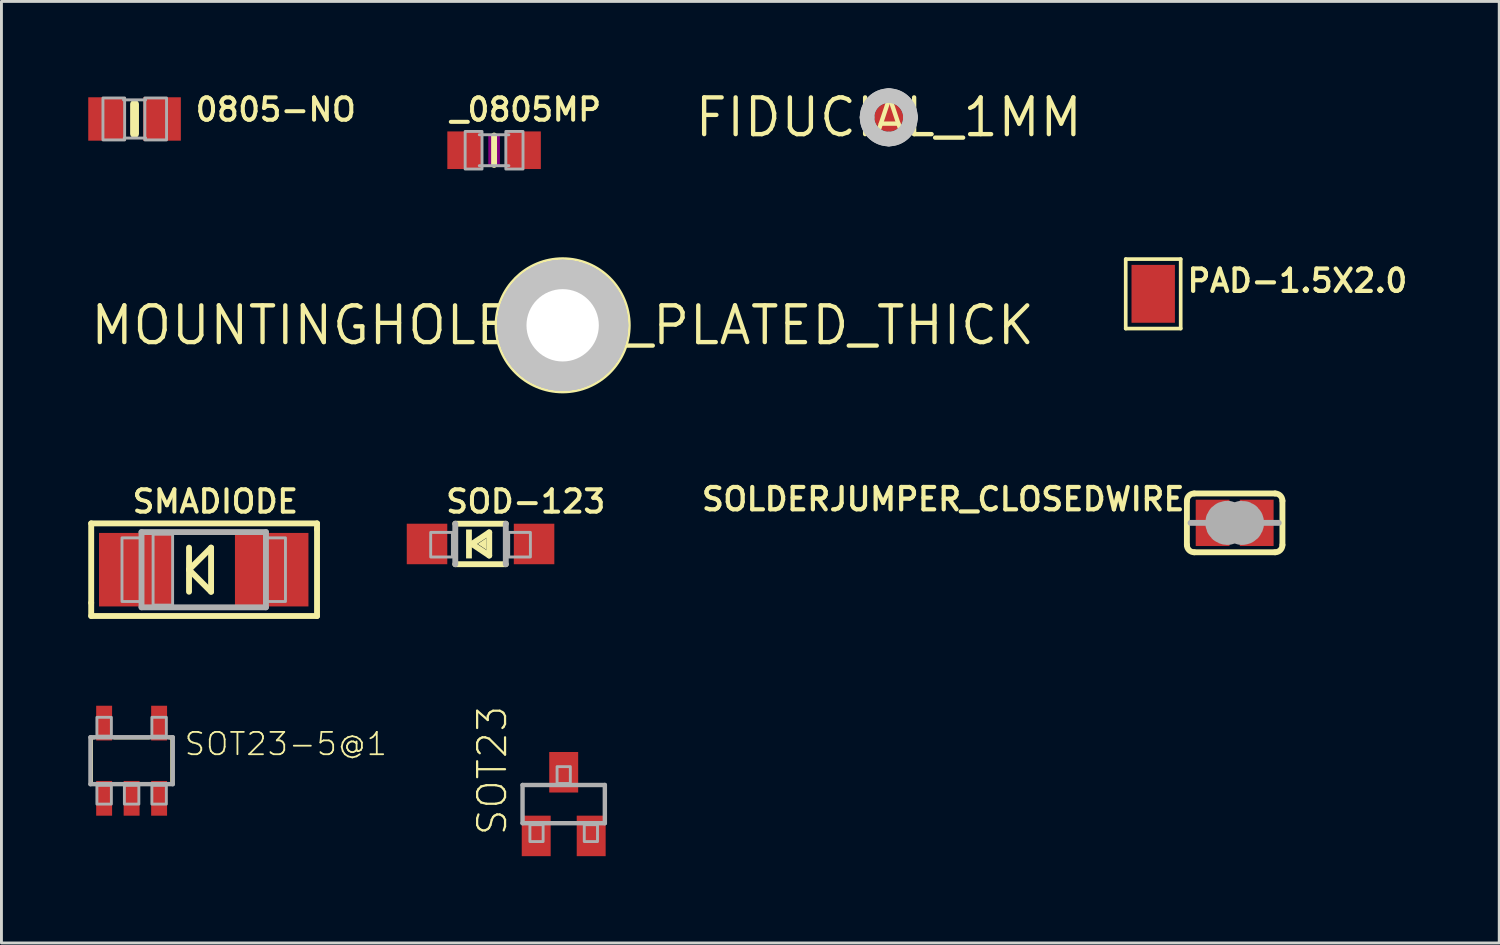
<source format=kicad_pcb>
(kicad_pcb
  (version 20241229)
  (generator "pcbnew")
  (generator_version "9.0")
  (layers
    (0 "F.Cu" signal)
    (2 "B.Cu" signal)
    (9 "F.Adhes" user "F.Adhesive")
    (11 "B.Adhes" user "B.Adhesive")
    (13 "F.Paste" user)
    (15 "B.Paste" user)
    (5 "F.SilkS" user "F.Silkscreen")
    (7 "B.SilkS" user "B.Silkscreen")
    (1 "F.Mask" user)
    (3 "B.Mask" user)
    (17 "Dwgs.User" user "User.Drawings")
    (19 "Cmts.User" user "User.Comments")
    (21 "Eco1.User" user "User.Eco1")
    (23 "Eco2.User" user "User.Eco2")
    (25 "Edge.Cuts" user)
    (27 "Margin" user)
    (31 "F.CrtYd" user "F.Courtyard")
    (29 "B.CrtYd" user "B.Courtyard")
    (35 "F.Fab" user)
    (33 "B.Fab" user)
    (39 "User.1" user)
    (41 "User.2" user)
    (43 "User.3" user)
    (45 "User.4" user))
  (footprint "FIDUCIAL_1MM"
    (layer "F.Cu")
    (at 27.666 1.006)
    (property "Reference" "FIDUCIAL_1MM" (at 0 0 0) (layer "F.SilkS") (effects (font (size 1.27 1.27) (thickness 0.15))))
    (attr through_hole)
    (fp_arc (start -0.75 0) (mid -0.53033 -0.53033) (end 0 -0.75) (stroke (width 0.5) (type solid)) (layer "F.Mask"))
    (fp_arc (start 0 -0.75) (mid 0.53033 -0.53033) (end 0.75 0) (stroke (width 0.5) (type solid)) (layer "F.Mask"))
    (fp_arc (start 0 0.75) (mid -0.53033 0.53033) (end -0.75 0) (stroke (width 0.5) (type solid)) (layer "F.Mask"))
    (fp_arc (start 0.75 0) (mid 0.53033 0.53033) (end 0 0.75) (stroke (width 0.5) (type solid)) (layer "F.Mask"))
    (fp_arc (start -0.75 0) (mid -0.53033 -0.53033) (end 0 -0.75) (stroke (width 0.5) (type solid)) (layer "Dwgs.User"))
    (fp_arc (start -0.75 0) (mid -0.53033 -0.53033) (end 0 -0.75) (stroke (width 0.5) (type solid)) (layer "Dwgs.User"))
    (fp_arc (start 0 -0.75) (mid 0.53033 -0.53033) (end 0.75 0) (stroke (width 0.5) (type solid)) (layer "Dwgs.User"))
    (fp_arc (start 0 -0.75) (mid 0.53033 -0.53033) (end 0.75 0) (stroke (width 0.5) (type solid)) (layer "Dwgs.User"))
    (fp_arc (start 0 0.75) (mid -0.53033 0.53033) (end -0.75 0) (stroke (width 0.5) (type solid)) (layer "Dwgs.User"))
    (fp_arc (start 0 0.75) (mid -0.53033 0.53033) (end -0.75 0) (stroke (width 0.5) (type solid)) (layer "Dwgs.User"))
    (fp_arc (start 0.75 0) (mid 0.53033 0.53033) (end 0 0.75) (stroke (width 0.5) (type solid)) (layer "Dwgs.User"))
    (fp_arc (start 0.75 0) (mid 0.53033 0.53033) (end 0 0.75) (stroke (width 0.5) (type solid)) (layer "Dwgs.User"))
    (pad "1" smd roundrect (at 0 0) (size 1 1) (layers "F.Cu" "F.Mask") (roundrect_rratio 0.5)))
  (footprint "0805-NO"
    (layer "F.Cu")
    (at 1.6 1.062)
    (property "Reference" "0805-NO" (at 2.032 0.127 180) (layer "F.SilkS") (effects (font (size 0.772 0.772) (thickness 0.139)) (justify left bottom)))
    (attr through_hole)
    (fp_line (start 0 -0.508) (end 0 0.508) (stroke (width 0.305) (type solid)) (layer "F.SilkS"))
    (fp_line (start -0.381 -0.66) (end 0.381 -0.66) (stroke (width 0.102) (type solid)) (layer "F.Fab"))
    (fp_line (start -0.356 0.66) (end 0.381 0.66) (stroke (width 0.102) (type solid)) (layer "F.Fab"))
    (fp_poly (pts (xy -1.092 0.724) (xy -0.342 0.724) (xy -0.342 -0.726) (xy -1.092 -0.726)) (stroke (width 0.1) (type solid)) (fill no) (layer "F.Fab"))
    (fp_poly (pts (xy 0.356 0.724) (xy 1.106 0.724) (xy 1.106 -0.726) (xy 0.356 -0.726)) (stroke (width 0.1) (type solid)) (fill no) (layer "F.Fab"))
    (pad "1" smd rect (at -0.95 0) (size 1.3 1.5) (layers "F.Cu" "F.Mask" "F.Paste"))
    (pad "2" smd rect (at 0.95 0) (size 1.3 1.5) (layers "F.Cu" "F.Mask" "F.Paste")))
  (footprint "_0805MP"
    (layer "F.Cu")
    (at 14.026 2.142)
    (property "Reference" "_0805MP" (at -1.587 -0.953 0) (layer "F.SilkS") (effects (font (size 0.772 0.772) (thickness 0.139)) (justify left bottom)))
    (attr through_hole)
    (fp_line (start 0 -0.508) (end 0 0.508) (stroke (width 0.203) (type solid)) (layer "F.SilkS"))
    (fp_poly (pts (xy -0.2 0.5) (xy 0.2 0.5) (xy 0.2 -0.5) (xy -0.2 -0.5)) (stroke (width 0) (type solid)) (fill yes) (layer "F.Adhes"))
    (fp_line (start -0.51 -0.535) (end 0.51 -0.535) (stroke (width 0.102) (type solid)) (layer "F.Fab"))
    (fp_line (start -0.51 0.535) (end 0.51 0.535) (stroke (width 0.102) (type solid)) (layer "F.Fab"))
    (fp_poly (pts (xy -1 0.65) (xy -0.417 0.65) (xy -0.417 -0.65) (xy -1 -0.65)) (stroke (width 0.1) (type solid)) (fill no) (layer "F.Fab"))
    (fp_poly (pts (xy 0.406 0.65) (xy 1 0.65) (xy 1 -0.65) (xy 0.406 -0.65)) (stroke (width 0.1) (type solid)) (fill no) (layer "F.Fab"))
    (pad "1" smd rect (at -1.016 0) (size 1.2 1.3) (layers "F.Cu" "F.Mask" "F.Paste"))
    (pad "2" smd rect (at 1.016 0) (size 1.2 1.3) (layers "F.Cu" "F.Mask" "F.Paste")))
  (footprint "SOT23-5@1"
    (layer "F.Cu")
    (at 1.499 23.241)
    (property "Reference" "SOT23-5@1" (at 1.778 -0.127 180) (layer "F.SilkS") (effects (font (size 0.772 0.772) (thickness 0.062)) (justify left bottom)))
    (attr through_hole)
    (fp_line (start -1.4 -0.8) (end -1.4 0.8) (stroke (width 0.127) (type solid)) (layer "F.SilkS"))
    (fp_line (start -1.4 0.8) (end -1.3 0.8) (stroke (width 0.127) (type solid)) (layer "F.SilkS"))
    (fp_line (start -1.3 -0.8) (end -1.4 -0.8) (stroke (width 0.127) (type solid)) (layer "F.SilkS"))
    (fp_line (start -0.6 -0.8) (end 0.6 -0.8) (stroke (width 0.127) (type solid)) (layer "F.SilkS"))
    (fp_line (start -0.6 0.8) (end -0.4 0.8) (stroke (width 0.127) (type solid)) (layer "F.SilkS"))
    (fp_line (start 0.4 0.8) (end 0.6 0.8) (stroke (width 0.127) (type solid)) (layer "F.SilkS"))
    (fp_line (start 1.3 -0.8) (end 1.4 -0.8) (stroke (width 0.127) (type solid)) (layer "F.SilkS"))
    (fp_line (start 1.4 -0.8) (end 1.4 0.8) (stroke (width 0.127) (type solid)) (layer "F.SilkS"))
    (fp_line (start 1.4 0.8) (end 1.3 0.8) (stroke (width 0.127) (type solid)) (layer "F.SilkS"))
    (fp_line (start -1.422 -0.81) (end 1.422 -0.81) (stroke (width 0.152) (type solid)) (layer "F.Fab"))
    (fp_line (start -1.422 0.81) (end -1.422 -0.81) (stroke (width 0.152) (type solid)) (layer "F.Fab"))
    (fp_line (start 1.422 -0.81) (end 1.422 0.81) (stroke (width 0.152) (type solid)) (layer "F.Fab"))
    (fp_line (start 1.422 0.81) (end -1.422 0.81) (stroke (width 0.152) (type solid)) (layer "F.Fab"))
    (fp_poly (pts (xy -1.2 -0.85) (xy -0.7 -0.85) (xy -0.7 -1.5) (xy -1.2 -1.5)) (stroke (width 0.1) (type solid)) (fill no) (layer "F.Fab"))
    (fp_poly (pts (xy -1.2 1.5) (xy -0.7 1.5) (xy -0.7 0.85) (xy -1.2 0.85)) (stroke (width 0.1) (type solid)) (fill no) (layer "F.Fab"))
    (fp_poly (pts (xy -0.25 1.5) (xy 0.25 1.5) (xy 0.25 0.85) (xy -0.25 0.85)) (stroke (width 0.1) (type solid)) (fill no) (layer "F.Fab"))
    (fp_poly (pts (xy 0.7 -0.85) (xy 1.2 -0.85) (xy 1.2 -1.5) (xy 0.7 -1.5)) (stroke (width 0.1) (type solid)) (fill no) (layer "F.Fab"))
    (fp_poly (pts (xy 0.7 1.5) (xy 1.2 1.5) (xy 1.2 0.85) (xy 0.7 0.85)) (stroke (width 0.1) (type solid)) (fill no) (layer "F.Fab"))
    (pad "1" smd rect (at -0.95 1.3) (size 0.55 1.2) (layers "F.Cu" "F.Mask" "F.Paste"))
    (pad "2" smd rect (at 0 1.3) (size 0.55 1.2) (layers "F.Cu" "F.Mask" "F.Paste"))
    (pad "3" smd rect (at 0.95 1.3) (size 0.55 1.2) (layers "F.Cu" "F.Mask" "F.Paste"))
    (pad "4" smd rect (at 0.95 -1.3) (size 0.55 1.2) (layers "F.Cu" "F.Mask" "F.Paste"))
    (pad "5" smd rect (at -0.95 -1.3) (size 0.55 1.2) (layers "F.Cu" "F.Mask" "F.Paste")))
  (footprint "SOD-123"
    (layer "F.Cu")
    (at 13.558 15.75)
    (property "Reference" "SOD-123" (at -1.27 -1.016 0) (layer "F.SilkS") (effects (font (size 0.772 0.772) (thickness 0.139)) (justify left bottom)))
    (attr through_hole)
    (fp_line (start -0.873 -0.7) (end 0.873 -0.7) (stroke (width 0.203) (type solid)) (layer "F.SilkS"))
    (fp_line (start -0.3 0) (end 0.3 -0.4) (stroke (width 0.203) (type solid)) (layer "F.SilkS"))
    (fp_line (start 0.3 -0.4) (end 0.3 0.4) (stroke (width 0.203) (type solid)) (layer "F.SilkS"))
    (fp_line (start 0.3 0.4) (end -0.3 0) (stroke (width 0.203) (type solid)) (layer "F.SilkS"))
    (fp_line (start 0.873 0.7) (end -0.873 0.7) (stroke (width 0.203) (type solid)) (layer "F.SilkS"))
    (fp_poly (pts (xy -0.1 0) (xy 0.2 -0.2) (xy 0.2 0.2)) (stroke (width 0) (type solid)) (fill yes) (layer "F.SilkS"))
    (fp_poly (pts (xy -0.5 0.5) (xy -0.3 0.5) (xy -0.3 -0.5) (xy -0.5 -0.5)) (stroke (width 0) (type solid)) (fill yes) (layer "F.SilkS"))
    (fp_line (start -0.873 0.7) (end -0.873 -0.7) (stroke (width 0.203) (type solid)) (layer "F.Fab"))
    (fp_line (start 0.873 -0.7) (end 0.873 0.7) (stroke (width 0.203) (type solid)) (layer "F.Fab"))
    (fp_poly (pts (xy -1.723 0.45) (xy -0.973 0.45) (xy -0.973 -0.4) (xy -1.723 -0.4)) (stroke (width 0.1) (type solid)) (fill no) (layer "F.Fab"))
    (fp_poly (pts (xy 0.973 0.45) (xy 1.723 0.45) (xy 1.723 -0.4) (xy 0.973 -0.4)) (stroke (width 0.1) (type solid)) (fill no) (layer "F.Fab"))
    (pad "A" smd rect (at 1.85 0 90) (size 1.4 1.4) (layers "F.Cu" "F.Mask" "F.Paste"))
    (pad "C" smd rect (at -1.85 0 90) (size 1.4 1.4) (layers "F.Cu" "F.Mask" "F.Paste")))
  (footprint "SMADIODE"
    (layer "F.Cu")
    (at 3.991 16.639)
    (property "Reference" "SMADIODE" (at -2.54 -1.905 0) (layer "F.SilkS") (effects (font (size 0.772 0.772) (thickness 0.139)) (justify left bottom)))
    (attr through_hole)
    (fp_line (start -3.889 -1.6) (end 3.916 -1.6) (stroke (width 0.203) (type solid)) (layer "F.SilkS"))
    (fp_line (start -3.889 1.146) (end -3.889 -1.6) (stroke (width 0.203) (type solid)) (layer "F.SilkS"))
    (fp_line (start -3.889 1.6) (end -3.889 1.146) (stroke (width 0.203) (type solid)) (layer "F.SilkS"))
    (fp_line (start -0.508 -0.762) (end -0.508 0) (stroke (width 0.203) (type solid)) (layer "F.SilkS"))
    (fp_line (start -0.508 0) (end -0.508 0.762) (stroke (width 0.203) (type solid)) (layer "F.SilkS"))
    (fp_line (start -0.508 0) (end 0.254 -0.762) (stroke (width 0.203) (type solid)) (layer "F.SilkS"))
    (fp_line (start 0.254 -0.762) (end 0.254 0.762) (stroke (width 0.203) (type solid)) (layer "F.SilkS"))
    (fp_line (start 0.254 0.762) (end -0.508 0) (stroke (width 0.203) (type solid)) (layer "F.SilkS"))
    (fp_line (start 3.916 -1.6) (end 3.916 -1.394) (stroke (width 0.203) (type solid)) (layer "F.SilkS"))
    (fp_line (start 3.916 -1.394) (end 3.916 1.6) (stroke (width 0.203) (type solid)) (layer "F.SilkS"))
    (fp_line (start 3.916 1.6) (end -3.889 1.6) (stroke (width 0.203) (type solid)) (layer "F.SilkS"))
    (fp_line (start -2.15 -1.3) (end 2.15 -1.3) (stroke (width 0.203) (type solid)) (layer "F.Fab"))
    (fp_line (start -2.15 1.3) (end -2.15 -1.3) (stroke (width 0.203) (type solid)) (layer "F.Fab"))
    (fp_line (start 2.15 -1.3) (end 2.15 1.3) (stroke (width 0.203) (type solid)) (layer "F.Fab"))
    (fp_line (start 2.15 1.3) (end -2.15 1.3) (stroke (width 0.203) (type solid)) (layer "F.Fab"))
    (fp_poly (pts (xy -2.825 1.1) (xy -2.175 1.1) (xy -2.175 -1.1) (xy -2.825 -1.1)) (stroke (width 0.1) (type solid)) (fill no) (layer "F.Fab"))
    (fp_poly (pts (xy -1.75 1.225) (xy -1.075 1.225) (xy -1.075 -1.225) (xy -1.75 -1.225)) (stroke (width 0.1) (type solid)) (fill no) (layer "F.Fab"))
    (fp_poly (pts (xy 2.825 -1.1) (xy 2.175 -1.1) (xy 2.175 1.1) (xy 2.825 1.1)) (stroke (width 0.1) (type solid)) (fill no) (layer "F.Fab"))
    (pad "A" smd rect (at 2.349 0 180) (size 2.54 2.54) (layers "F.Cu" "F.Mask" "F.Paste"))
    (pad "C" smd rect (at -2.349 0) (size 2.54 2.54) (layers "F.Cu" "F.Mask" "F.Paste")))
  (footprint "SOLDERJUMPER_CLOSEDWIRE"
    (layer "F.Cu")
    (at 39.621 15.021)
    (property "Reference" "SOLDERJUMPER_CLOSEDWIRE" (at -1.651 -1.27 0) (layer "F.SilkS") (effects (font (size 0.772 0.772) (thickness 0.146)) (justify right top)))
    (attr through_hole)
    (fp_poly (pts (xy 0.381 0.127) (xy -0.381 0.127) (xy -0.381 -0.127) (xy 0.381 -0.127)) (stroke (width 0.1) (type solid)) (fill yes) (layer "F.Cu"))
    (fp_poly (pts (xy -1.27 -0.762) (xy 1.27 -0.762) (xy 1.27 0.762) (xy -1.27 0.762)) (stroke (width 0) (type solid)) (fill yes) (layer "F.Mask"))
    (fp_line (start -1.651 0.762) (end -1.651 -0.762) (stroke (width 0.203) (type solid)) (layer "F.SilkS"))
    (fp_line (start -1.397 -1.016) (end 1.397 -1.016) (stroke (width 0.203) (type solid)) (layer "F.SilkS"))
    (fp_line (start 1.397 1.016) (end -1.397 1.016) (stroke (width 0.203) (type solid)) (layer "F.SilkS"))
    (fp_line (start 1.651 0.762) (end 1.651 -0.762) (stroke (width 0.203) (type solid)) (layer "F.SilkS"))
    (fp_arc (start -1.651 -0.762) (mid -1.576605 -0.941605) (end -1.397 -1.016) (stroke (width 0.2032) (type solid)) (layer "F.SilkS"))
    (fp_arc (start -1.397 1.016) (mid -1.576605 0.941605) (end -1.651 0.762) (stroke (width 0.2032) (type solid)) (layer "F.SilkS"))
    (fp_arc (start 1.397 -1.016) (mid 1.576605 -0.941605) (end 1.651 -0.762) (stroke (width 0.2032) (type solid)) (layer "F.SilkS"))
    (fp_arc (start 1.651 0.762) (mid 1.576605 0.941605) (end 1.397 1.016) (stroke (width 0.2032) (type solid)) (layer "F.SilkS"))
    (fp_line (start -1.016 0) (end -1.524 0) (stroke (width 0.203) (type solid)) (layer "F.Fab"))
    (fp_line (start 1.016 0) (end 1.524 0) (stroke (width 0.203) (type solid)) (layer "F.Fab"))
    (fp_arc (start -0.254 0.127) (mid -0.381 0) (end -0.254 -0.127) (stroke (width 1.27) (type solid)) (layer "F.Fab"))
    (fp_arc (start 0.254 -0.127) (mid 0.381 0) (end 0.254 0.127) (stroke (width 1.27) (type solid)) (layer "F.Fab"))
    (pad "1" smd rect (at -0.762 0) (size 1.168 1.6) (layers "F.Cu" "F.Mask"))
    (pad "2" smd rect (at 0.762 0) (size 1.168 1.6) (layers "F.Cu" "F.Mask")))
  (footprint "PAD-1.5X2.0"
    (layer "F.Cu")
    (at 36.806 7.105)
    (property "Reference" "PAD-1.5X2.0" (at 1.1 0 0) (layer "F.SilkS") (effects (font (size 0.772 0.772) (thickness 0.146)) (justify left bottom)))
    (attr through_hole)
    (fp_line (start -0.95 -1.2) (end 0.95 -1.2) (stroke (width 0.127) (type solid)) (layer "F.SilkS"))
    (fp_line (start -0.95 1.2) (end -0.95 -1.2) (stroke (width 0.127) (type solid)) (layer "F.SilkS"))
    (fp_line (start 0.95 -1.2) (end 0.95 1.2) (stroke (width 0.127) (type solid)) (layer "F.SilkS"))
    (fp_line (start 0.95 1.2) (end -0.95 1.2) (stroke (width 0.127) (type solid)) (layer "F.SilkS"))
    (pad "P$1" smd rect (at 0 0) (size 1.5 2) (layers "F.Cu" "F.Mask")))
  (footprint "MOUNTINGHOLE_2.5_PLATED_THICK"
    (layer "F.Cu")
    (at 16.396 8.193)
    (property "Reference" "MOUNTINGHOLE_2.5_PLATED_THICK" (at 0 0 0) (layer "F.SilkS") (effects (font (size 1.27 1.27) (thickness 0.15))))
    (attr through_hole)
    (fp_circle (center 0 0) (end 2.25 0) (stroke (width 0.203) (type solid)) (fill no) (layer "F.SilkS"))
    (fp_circle (center 0 0) (end 1.25 0) (stroke (width 2.032) (type solid)) (fill no) (layer "Dwgs.User"))
    (fp_circle (center 0 0) (end 1.25 0) (stroke (width 2.032) (type solid)) (fill no) (layer "Dwgs.User"))
    (fp_circle (center 0 0) (end 1.25 0) (stroke (width 2.032) (type solid)) (fill no) (layer "Dwgs.User"))
    (fp_circle (center 0 0) (end 1.25 0) (stroke (width 2.032) (type solid)) (fill no) (layer "Dwgs.User"))
    (pad "P$1" thru_hole circle (at 0 0) (size 4 4) (drill 2.5) (layers "*.Cu" "*.Mask")))
  (footprint "SOT23"
    (layer "F.Cu")
    (at 16.432 24.74)
    (property "Reference" "SOT23" (at -1.905 1.143 90) (layer "F.SilkS") (effects (font (size 0.965 0.965) (thickness 0.077)) (justify left bottom)))
    (attr through_hole)
    (fp_line (start -1.422 -0.66) (end 1.422 -0.66) (stroke (width 0.152) (type solid)) (layer "F.Fab"))
    (fp_line (start -1.422 0.66) (end -1.422 -0.66) (stroke (width 0.152) (type solid)) (layer "F.Fab"))
    (fp_line (start 1.422 -0.66) (end 1.422 0.66) (stroke (width 0.152) (type solid)) (layer "F.Fab"))
    (fp_line (start 1.422 0.66) (end -1.422 0.66) (stroke (width 0.152) (type solid)) (layer "F.Fab"))
    (fp_poly (pts (xy -1.168 1.295) (xy -0.711 1.295) (xy -0.711 0.711) (xy -1.168 0.711)) (stroke (width 0.1) (type solid)) (fill no) (layer "F.Fab"))
    (fp_poly (pts (xy -0.229 -0.711) (xy 0.229 -0.711) (xy 0.229 -1.295) (xy -0.229 -1.295)) (stroke (width 0.1) (type solid)) (fill no) (layer "F.Fab"))
    (fp_poly (pts (xy 0.711 1.295) (xy 1.168 1.295) (xy 1.168 0.711) (xy 0.711 0.711)) (stroke (width 0.1) (type solid)) (fill no) (layer "F.Fab"))
    (pad "1" smd rect (at -0.95 1.1) (size 1 1.4) (layers "F.Cu" "F.Mask" "F.Paste"))
    (pad "2" smd rect (at 0.95 1.1) (size 1 1.4) (layers "F.Cu" "F.Mask" "F.Paste"))
    (pad "3" smd rect (at 0 -1.1) (size 1 1.4) (layers "F.Cu" "F.Mask" "F.Paste")))
  (gr_rect
    (start -3 -3)
    (end 48.765 29.54)
    (stroke (width 0.1) (type default))
    (fill no)
    (layer "Edge.Cuts")))
</source>
